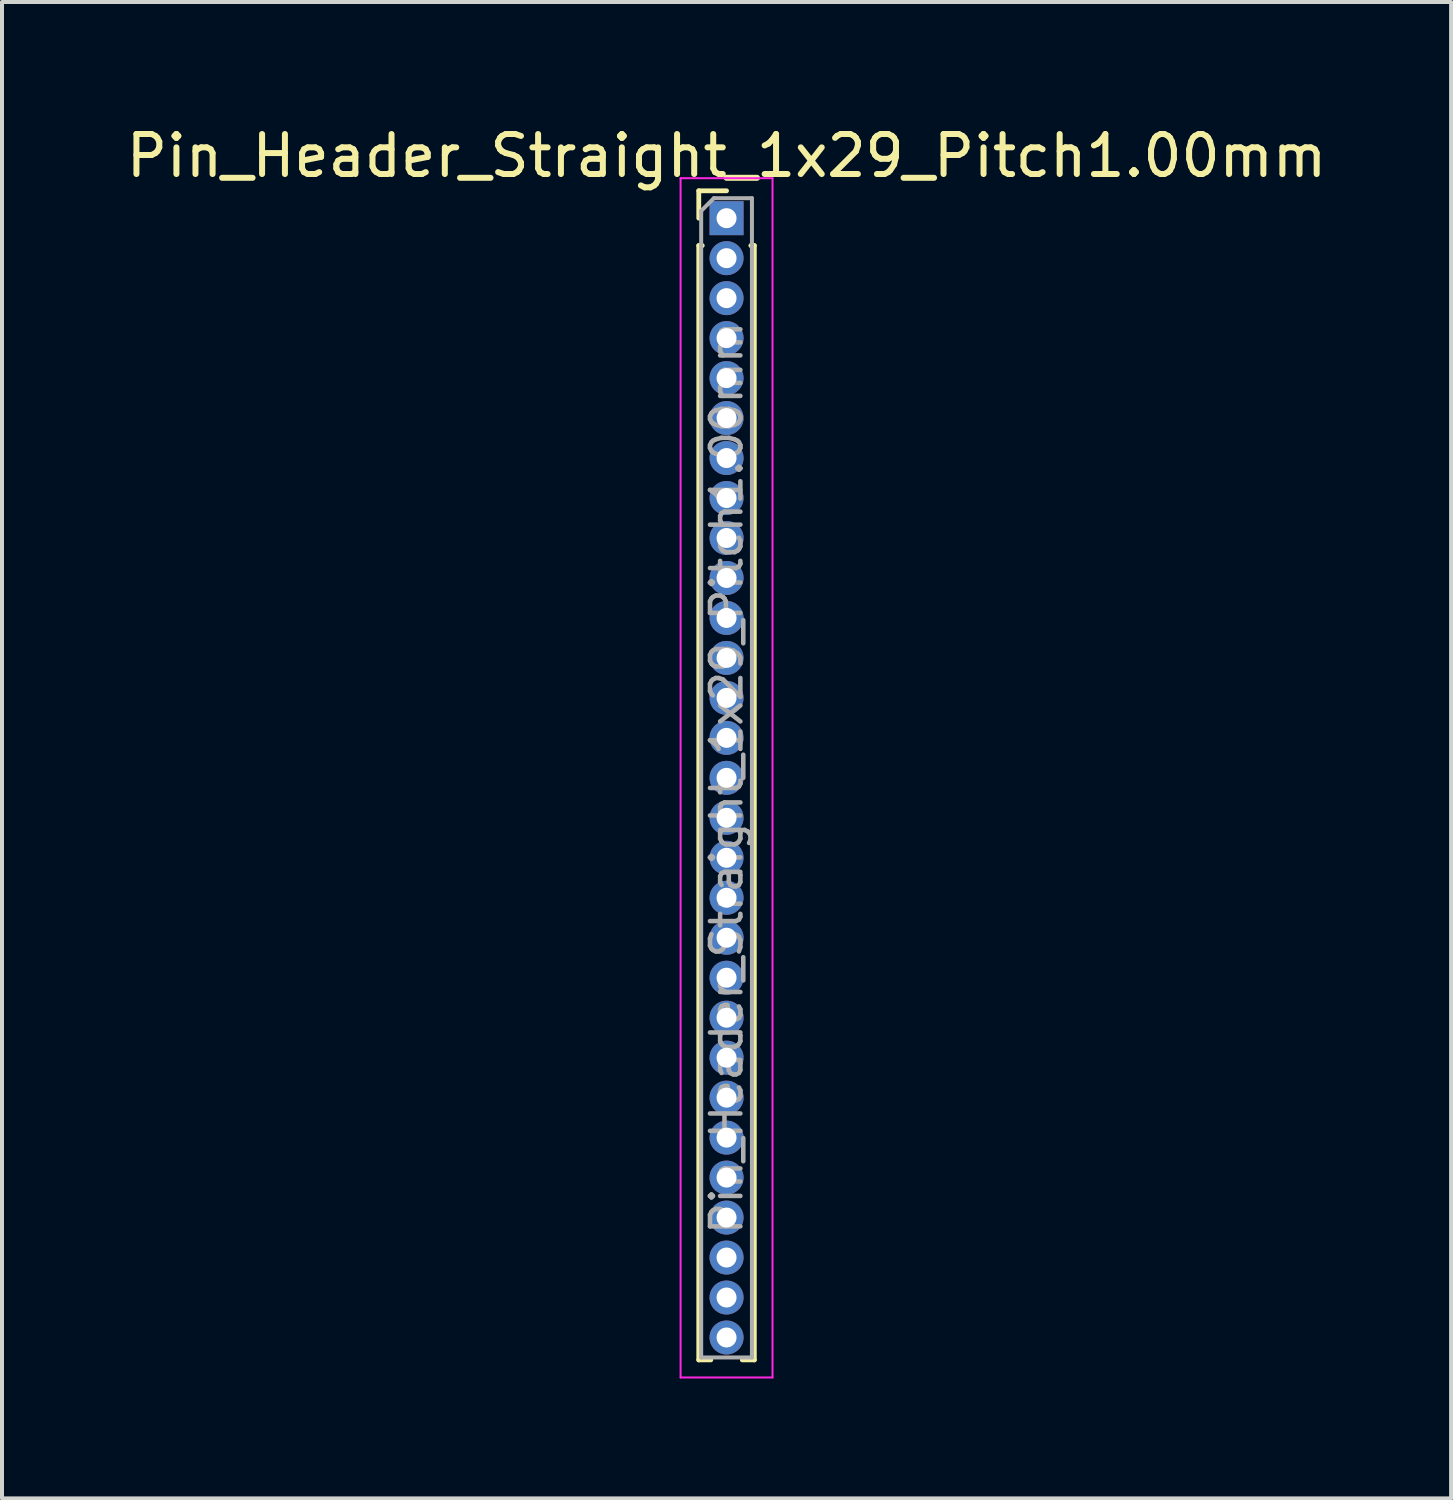
<source format=kicad_pcb>
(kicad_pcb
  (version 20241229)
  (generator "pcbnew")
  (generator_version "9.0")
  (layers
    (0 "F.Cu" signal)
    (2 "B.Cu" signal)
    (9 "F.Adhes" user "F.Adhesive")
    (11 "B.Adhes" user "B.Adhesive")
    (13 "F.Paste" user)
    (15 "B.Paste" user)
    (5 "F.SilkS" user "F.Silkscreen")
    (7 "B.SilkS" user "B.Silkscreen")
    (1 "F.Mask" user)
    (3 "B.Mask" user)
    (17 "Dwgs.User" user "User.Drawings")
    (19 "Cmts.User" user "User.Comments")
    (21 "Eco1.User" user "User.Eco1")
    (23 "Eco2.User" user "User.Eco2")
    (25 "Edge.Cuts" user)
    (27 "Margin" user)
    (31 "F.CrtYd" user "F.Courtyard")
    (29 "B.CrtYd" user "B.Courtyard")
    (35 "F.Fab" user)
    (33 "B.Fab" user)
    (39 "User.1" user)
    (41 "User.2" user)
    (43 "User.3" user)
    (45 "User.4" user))
  (footprint "Pin_Header_Straight_1x29_Pitch1.00mm"
    (layer "F.Cu")
    (at 15.125 2.408)
    (property "Reference" "Pin_Header_Straight_1x29_Pitch1.00mm" (at 0 -1.56 0) (layer "F.SilkS") (effects (font (size 1 1) (thickness 0.15))))
    (attr through_hole)
    (fp_line (start -0.695 -0.685) (end 0 -0.685) (stroke (width 0.12) (type solid)) (layer "F.SilkS"))
    (fp_line (start -0.695 0) (end -0.695 -0.685) (stroke (width 0.12) (type solid)) (layer "F.SilkS"))
    (fp_line (start -0.695 0.685) (end -0.695 28.56) (stroke (width 0.12) (type solid)) (layer "F.SilkS"))
    (fp_line (start -0.695 0.685) (end -0.608 0.685) (stroke (width 0.12) (type solid)) (layer "F.SilkS"))
    (fp_line (start -0.695 28.56) (end -0.394 28.56) (stroke (width 0.12) (type solid)) (layer "F.SilkS"))
    (fp_line (start 0.394 28.56) (end 0.695 28.56) (stroke (width 0.12) (type solid)) (layer "F.SilkS"))
    (fp_line (start 0.608 0.685) (end 0.695 0.685) (stroke (width 0.12) (type solid)) (layer "F.SilkS"))
    (fp_line (start 0.695 0.685) (end 0.695 28.56) (stroke (width 0.12) (type solid)) (layer "F.SilkS"))
    (fp_line (start -1.15 -1) (end -1.15 29) (stroke (width 0.05) (type solid)) (layer "F.CrtYd"))
    (fp_line (start -1.15 29) (end 1.15 29) (stroke (width 0.05) (type solid)) (layer "F.CrtYd"))
    (fp_line (start 1.15 -1) (end -1.15 -1) (stroke (width 0.05) (type solid)) (layer "F.CrtYd"))
    (fp_line (start 1.15 29) (end 1.15 -1) (stroke (width 0.05) (type solid)) (layer "F.CrtYd"))
    (fp_line (start -0.635 -0.182) (end -0.318 -0.5) (stroke (width 0.1) (type solid)) (layer "F.Fab"))
    (fp_line (start -0.635 28.5) (end -0.635 -0.182) (stroke (width 0.1) (type solid)) (layer "F.Fab"))
    (fp_line (start -0.318 -0.5) (end 0.635 -0.5) (stroke (width 0.1) (type solid)) (layer "F.Fab"))
    (fp_line (start 0.635 -0.5) (end 0.635 28.5) (stroke (width 0.1) (type solid)) (layer "F.Fab"))
    (fp_line (start 0.635 28.5) (end -0.635 28.5) (stroke (width 0.1) (type solid)) (layer "F.Fab"))
    (fp_text user "${REFERENCE}" (at 0 14 90) (layer "F.Fab") (effects (font (size 0.76 0.76) (thickness 0.114))))
    (pad "1" thru_hole rect (at 0 0) (size 0.85 0.85) (drill 0.5) (layers "*.Cu" "*.Mask"))
    (pad "2" thru_hole oval (at 0 1) (size 0.85 0.85) (drill 0.5) (layers "*.Cu" "*.Mask"))
    (pad "3" thru_hole oval (at 0 2) (size 0.85 0.85) (drill 0.5) (layers "*.Cu" "*.Mask"))
    (pad "4" thru_hole oval (at 0 3) (size 0.85 0.85) (drill 0.5) (layers "*.Cu" "*.Mask"))
    (pad "5" thru_hole oval (at 0 4) (size 0.85 0.85) (drill 0.5) (layers "*.Cu" "*.Mask"))
    (pad "6" thru_hole oval (at 0 5) (size 0.85 0.85) (drill 0.5) (layers "*.Cu" "*.Mask"))
    (pad "7" thru_hole oval (at 0 6) (size 0.85 0.85) (drill 0.5) (layers "*.Cu" "*.Mask"))
    (pad "8" thru_hole oval (at 0 7) (size 0.85 0.85) (drill 0.5) (layers "*.Cu" "*.Mask"))
    (pad "9" thru_hole oval (at 0 8) (size 0.85 0.85) (drill 0.5) (layers "*.Cu" "*.Mask"))
    (pad "10" thru_hole oval (at 0 9) (size 0.85 0.85) (drill 0.5) (layers "*.Cu" "*.Mask"))
    (pad "11" thru_hole oval (at 0 10) (size 0.85 0.85) (drill 0.5) (layers "*.Cu" "*.Mask"))
    (pad "12" thru_hole oval (at 0 11) (size 0.85 0.85) (drill 0.5) (layers "*.Cu" "*.Mask"))
    (pad "13" thru_hole oval (at 0 12) (size 0.85 0.85) (drill 0.5) (layers "*.Cu" "*.Mask"))
    (pad "14" thru_hole oval (at 0 13) (size 0.85 0.85) (drill 0.5) (layers "*.Cu" "*.Mask"))
    (pad "15" thru_hole oval (at 0 14) (size 0.85 0.85) (drill 0.5) (layers "*.Cu" "*.Mask"))
    (pad "16" thru_hole oval (at 0 15) (size 0.85 0.85) (drill 0.5) (layers "*.Cu" "*.Mask"))
    (pad "17" thru_hole oval (at 0 16) (size 0.85 0.85) (drill 0.5) (layers "*.Cu" "*.Mask"))
    (pad "18" thru_hole oval (at 0 17) (size 0.85 0.85) (drill 0.5) (layers "*.Cu" "*.Mask"))
    (pad "19" thru_hole oval (at 0 18) (size 0.85 0.85) (drill 0.5) (layers "*.Cu" "*.Mask"))
    (pad "20" thru_hole oval (at 0 19) (size 0.85 0.85) (drill 0.5) (layers "*.Cu" "*.Mask"))
    (pad "21" thru_hole oval (at 0 20) (size 0.85 0.85) (drill 0.5) (layers "*.Cu" "*.Mask"))
    (pad "22" thru_hole oval (at 0 21) (size 0.85 0.85) (drill 0.5) (layers "*.Cu" "*.Mask"))
    (pad "23" thru_hole oval (at 0 22) (size 0.85 0.85) (drill 0.5) (layers "*.Cu" "*.Mask"))
    (pad "24" thru_hole oval (at 0 23) (size 0.85 0.85) (drill 0.5) (layers "*.Cu" "*.Mask"))
    (pad "25" thru_hole oval (at 0 24) (size 0.85 0.85) (drill 0.5) (layers "*.Cu" "*.Mask"))
    (pad "26" thru_hole oval (at 0 25) (size 0.85 0.85) (drill 0.5) (layers "*.Cu" "*.Mask"))
    (pad "27" thru_hole oval (at 0 26) (size 0.85 0.85) (drill 0.5) (layers "*.Cu" "*.Mask"))
    (pad "28" thru_hole oval (at 0 27) (size 0.85 0.85) (drill 0.5) (layers "*.Cu" "*.Mask"))
    (pad "29" thru_hole oval (at 0 28) (size 0.85 0.85) (drill 0.5) (layers "*.Cu" "*.Mask")))
  (gr_rect
    (start -3 -3)
    (end 33.25 34.433)
    (stroke (width 0.1) (type default))
    (fill no)
    (layer "Edge.Cuts")))
</source>
